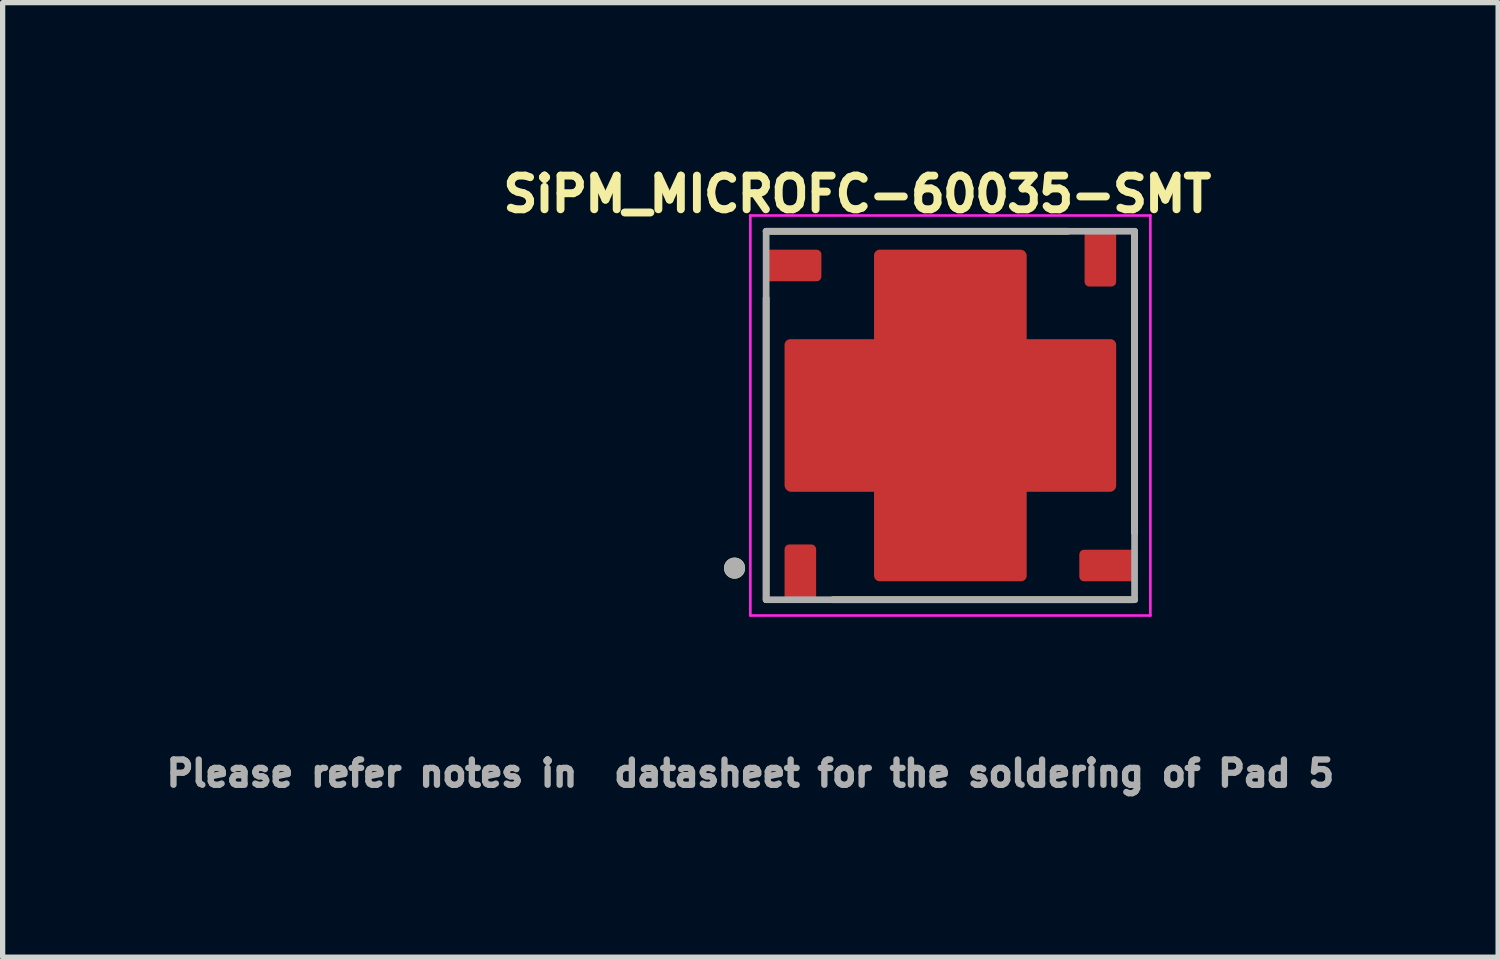
<source format=kicad_pcb>
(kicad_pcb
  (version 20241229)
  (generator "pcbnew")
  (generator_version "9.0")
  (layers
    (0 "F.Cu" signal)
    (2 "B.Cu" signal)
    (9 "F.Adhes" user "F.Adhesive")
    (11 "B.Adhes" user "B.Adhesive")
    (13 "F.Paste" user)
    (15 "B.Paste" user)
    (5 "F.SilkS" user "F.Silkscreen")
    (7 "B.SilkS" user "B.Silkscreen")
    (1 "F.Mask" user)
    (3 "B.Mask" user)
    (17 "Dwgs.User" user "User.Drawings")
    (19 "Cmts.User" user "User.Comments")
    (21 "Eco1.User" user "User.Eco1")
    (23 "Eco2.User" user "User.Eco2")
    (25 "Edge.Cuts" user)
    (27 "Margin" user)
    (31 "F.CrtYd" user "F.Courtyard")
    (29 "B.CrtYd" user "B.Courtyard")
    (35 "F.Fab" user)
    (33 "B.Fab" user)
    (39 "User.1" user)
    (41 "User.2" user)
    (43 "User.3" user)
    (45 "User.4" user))
  (footprint "SiPM_MICROFC-60035-SMT"
    (layer "F.Cu")
    (at 15.006 4.844)
    (property "Reference" "SiPM_MICROFC-60035-SMT" (at -1.768 -4.206 0) (layer "F.SilkS") (effects (font (size 0.64 0.64) (thickness 0.15))))
    (attr through_hole)
    (fp_poly (pts (xy -1.55 -1.55) (xy -1.55 -3.04) (xy -1.55 -3.051) (xy -1.549 -3.062) (xy -1.547 -3.073) (xy -1.545 -3.084) (xy -1.543 -3.094) (xy -1.54 -3.105) (xy -1.536 -3.115) (xy -1.532 -3.125) (xy -1.527 -3.135) (xy -1.522 -3.145) (xy -1.516 -3.154) (xy -1.51 -3.163) (xy -1.503 -3.172) (xy -1.496 -3.181) (xy -1.488 -3.188) (xy -1.481 -3.196) (xy -1.472 -3.203) (xy -1.463 -3.21) (xy -1.454 -3.216) (xy -1.445 -3.222) (xy -1.435 -3.227) (xy -1.425 -3.232) (xy -1.415 -3.236) (xy -1.405 -3.24) (xy -1.394 -3.243) (xy -1.384 -3.245) (xy -1.373 -3.247) (xy -1.362 -3.249) (xy -1.351 -3.25) (xy -1.34 -3.25) (xy -1.32 -3.25) (xy 1.33 -3.25) (xy 1.342 -3.25) (xy 1.353 -3.249) (xy 1.364 -3.247) (xy 1.376 -3.245) (xy 1.387 -3.243) (xy 1.398 -3.239) (xy 1.409 -3.235) (xy 1.419 -3.231) (xy 1.43 -3.226) (xy 1.44 -3.221) (xy 1.45 -3.215) (xy 1.459 -3.208) (xy 1.468 -3.201) (xy 1.477 -3.193) (xy 1.486 -3.186) (xy 1.493 -3.177) (xy 1.501 -3.168) (xy 1.508 -3.159) (xy 1.515 -3.15) (xy 1.521 -3.14) (xy 1.526 -3.13) (xy 1.531 -3.119) (xy 1.535 -3.109) (xy 1.539 -3.098) (xy 1.543 -3.087) (xy 1.545 -3.076) (xy 1.547 -3.064) (xy 1.549 -3.053) (xy 1.55 -3.042) (xy 1.55 -3.03) (xy 1.55 -1.55) (xy 3.04 -1.55) (xy 3.051 -1.55) (xy 3.062 -1.549) (xy 3.073 -1.547) (xy 3.084 -1.545) (xy 3.094 -1.543) (xy 3.105 -1.54) (xy 3.115 -1.536) (xy 3.125 -1.532) (xy 3.135 -1.527) (xy 3.145 -1.522) (xy 3.154 -1.516) (xy 3.163 -1.51) (xy 3.172 -1.503) (xy 3.181 -1.496) (xy 3.188 -1.488) (xy 3.196 -1.481) (xy 3.203 -1.472) (xy 3.21 -1.463) (xy 3.216 -1.454) (xy 3.222 -1.445) (xy 3.227 -1.435) (xy 3.232 -1.425) (xy 3.236 -1.415) (xy 3.24 -1.405) (xy 3.243 -1.394) (xy 3.245 -1.384) (xy 3.247 -1.373) (xy 3.249 -1.362) (xy 3.25 -1.351) (xy 3.25 -1.34) (xy 3.25 -1.31) (xy 3.25 1.3) (xy 3.25 1.33) (xy 3.25 1.342) (xy 3.249 1.353) (xy 3.247 1.364) (xy 3.245 1.376) (xy 3.243 1.387) (xy 3.239 1.398) (xy 3.235 1.409) (xy 3.231 1.419) (xy 3.226 1.43) (xy 3.221 1.44) (xy 3.215 1.45) (xy 3.208 1.459) (xy 3.201 1.468) (xy 3.193 1.477) (xy 3.186 1.486) (xy 3.177 1.493) (xy 3.168 1.501) (xy 3.159 1.508) (xy 3.15 1.515) (xy 3.14 1.521) (xy 3.13 1.526) (xy 3.119 1.531) (xy 3.109 1.535) (xy 3.098 1.539) (xy 3.087 1.543) (xy 3.076 1.545) (xy 3.064 1.547) (xy 3.053 1.549) (xy 3.042 1.55) (xy 3.03 1.55) (xy 1.55 1.55) (xy 1.55 3.04) (xy 1.55 3.051) (xy 1.549 3.062) (xy 1.547 3.073) (xy 1.545 3.084) (xy 1.543 3.094) (xy 1.54 3.105) (xy 1.536 3.115) (xy 1.532 3.125) (xy 1.527 3.135) (xy 1.522 3.145) (xy 1.516 3.154) (xy 1.51 3.163) (xy 1.503 3.172) (xy 1.496 3.181) (xy 1.488 3.188) (xy 1.481 3.196) (xy 1.472 3.203) (xy 1.463 3.21) (xy 1.454 3.216) (xy 1.445 3.222) (xy 1.435 3.227) (xy 1.425 3.232) (xy 1.415 3.236) (xy 1.405 3.24) (xy 1.394 3.243) (xy 1.384 3.245) (xy 1.373 3.247) (xy 1.362 3.249) (xy 1.351 3.25) (xy 1.34 3.25) (xy 1.31 3.25) (xy -1.32 3.25) (xy -1.34 3.25) (xy -1.351 3.25) (xy -1.362 3.249) (xy -1.373 3.247) (xy -1.384 3.245) (xy -1.394 3.243) (xy -1.405 3.24) (xy -1.415 3.236) (xy -1.425 3.232) (xy -1.435 3.227) (xy -1.445 3.222) (xy -1.454 3.216) (xy -1.463 3.21) (xy -1.472 3.203) (xy -1.481 3.196) (xy -1.488 3.188) (xy -1.496 3.181) (xy -1.503 3.172) (xy -1.51 3.163) (xy -1.516 3.154) (xy -1.522 3.145) (xy -1.527 3.135) (xy -1.532 3.125) (xy -1.536 3.115) (xy -1.54 3.105) (xy -1.543 3.094) (xy -1.545 3.084) (xy -1.547 3.073) (xy -1.549 3.062) (xy -1.55 3.051) (xy -1.55 3.04) (xy -1.55 1.55) (xy -3.02 1.55) (xy -3.032 1.55) (xy -3.044 1.549) (xy -3.056 1.547) (xy -3.068 1.545) (xy -3.08 1.542) (xy -3.091 1.539) (xy -3.102 1.535) (xy -3.114 1.53) (xy -3.124 1.525) (xy -3.135 1.519) (xy -3.145 1.513) (xy -3.155 1.506) (xy -3.165 1.499) (xy -3.174 1.491) (xy -3.183 1.483) (xy -3.191 1.474) (xy -3.199 1.465) (xy -3.206 1.455) (xy -3.213 1.445) (xy -3.219 1.435) (xy -3.225 1.424) (xy -3.23 1.414) (xy -3.235 1.402) (xy -3.239 1.391) (xy -3.242 1.38) (xy -3.245 1.368) (xy -3.247 1.356) (xy -3.249 1.344) (xy -3.25 1.332) (xy -3.25 1.32) (xy -3.25 -1.32) (xy -3.25 -1.34) (xy -3.25 -1.351) (xy -3.249 -1.362) (xy -3.247 -1.373) (xy -3.245 -1.384) (xy -3.243 -1.394) (xy -3.24 -1.405) (xy -3.236 -1.415) (xy -3.232 -1.425) (xy -3.227 -1.435) (xy -3.222 -1.445) (xy -3.216 -1.454) (xy -3.21 -1.463) (xy -3.203 -1.472) (xy -3.196 -1.481) (xy -3.188 -1.488) (xy -3.181 -1.496) (xy -3.172 -1.503) (xy -3.163 -1.51) (xy -3.154 -1.516) (xy -3.145 -1.522) (xy -3.135 -1.527) (xy -3.125 -1.532) (xy -3.115 -1.536) (xy -3.105 -1.54) (xy -3.094 -1.543) (xy -3.084 -1.545) (xy -3.073 -1.547) (xy -3.062 -1.549) (xy -3.051 -1.55) (xy -3.04 -1.55) (xy -1.55 -1.55)) (stroke (width 0.0001) (type solid)) (fill yes) (layer "F.Mask"))
    (fp_line (start -3.5 -3.5) (end 2.23 -3.5) (stroke (width 0.127) (type solid)) (layer "F.SilkS"))
    (fp_line (start -3.5 -2.23) (end -3.5 3.5) (stroke (width 0.127) (type solid)) (layer "F.SilkS"))
    (fp_line (start -2.23 3.5) (end 3.5 3.5) (stroke (width 0.127) (type solid)) (layer "F.SilkS"))
    (fp_line (start 3.5 -3.5) (end 3.5 2.23) (stroke (width 0.127) (type solid)) (layer "F.SilkS"))
    (fp_circle (center -4.1 2.9) (end -4 2.9) (stroke (width 0.2) (type solid)) (fill no) (layer "F.SilkS"))
    (fp_poly (pts (xy -3.325 -0.6) (xy -1.275 -0.6) (xy -1.275 0.6) (xy -3.325 0.6)) (stroke (width 0.01) (type solid)) (fill yes) (layer "F.Paste"))
    (fp_poly (pts (xy -1.025 -2.9) (xy 1.025 -2.9) (xy 1.025 -1.7) (xy -1.025 -1.7)) (stroke (width 0.01) (type solid)) (fill yes) (layer "F.Paste"))
    (fp_poly (pts (xy -1.025 -1.025) (xy 1.025 -1.025) (xy 1.025 1.025) (xy -1.025 1.025)) (stroke (width 0.01) (type solid)) (fill yes) (layer "F.Paste"))
    (fp_poly (pts (xy -1.025 1.7) (xy 1.025 1.7) (xy 1.025 2.9) (xy -1.025 2.9)) (stroke (width 0.01) (type solid)) (fill yes) (layer "F.Paste"))
    (fp_poly (pts (xy 1.275 -0.6) (xy 3.325 -0.6) (xy 3.325 0.6) (xy 1.275 0.6)) (stroke (width 0.01) (type solid)) (fill yes) (layer "F.Paste"))
    (fp_line (start -3.8 -3.8) (end 3.8 -3.8) (stroke (width 0.05) (type solid)) (layer "F.CrtYd"))
    (fp_line (start -3.8 3.8) (end -3.8 -3.8) (stroke (width 0.05) (type solid)) (layer "F.CrtYd"))
    (fp_line (start 3.8 -3.8) (end 3.8 3.8) (stroke (width 0.05) (type solid)) (layer "F.CrtYd"))
    (fp_line (start 3.8 3.8) (end -3.8 3.8) (stroke (width 0.05) (type solid)) (layer "F.CrtYd"))
    (fp_line (start -3.5 -3.5) (end 3.5 -3.5) (stroke (width 0.127) (type solid)) (layer "F.Fab"))
    (fp_line (start -3.5 3.5) (end -3.5 -3.5) (stroke (width 0.127) (type solid)) (layer "F.Fab"))
    (fp_line (start 3.5 -3.5) (end 3.5 3.5) (stroke (width 0.127) (type solid)) (layer "F.Fab"))
    (fp_line (start 3.5 3.5) (end -3.5 3.5) (stroke (width 0.127) (type solid)) (layer "F.Fab"))
    (fp_circle (center -4.1 2.9) (end -4 2.9) (stroke (width 0.2) (type solid)) (fill no) (layer "F.Fab"))
    (fp_text user "Please refer notes in  datasheet for the soldering of Pad 5" (at -3.8 6.8 0) (layer "F.Fab") (effects (font (size 0.48 0.48) (thickness 0.15))))
    (pad "1" smd roundrect (at -2.85 3 90) (size 1.1 0.6) (layers "F.Cu" "F.Mask" "F.Paste") (roundrect_rratio 0.15))
    (pad "2" smd roundrect (at 3 2.85 180) (size 1.1 0.6) (layers "F.Cu" "F.Mask" "F.Paste") (roundrect_rratio 0.15))
    (pad "3" smd roundrect (at 2.85 -3 270) (size 1.1 0.6) (layers "F.Cu" "F.Mask" "F.Paste") (roundrect_rratio 0.15))
    (pad "4" smd roundrect (at -3 -2.85) (size 1.1 0.6) (layers "F.Cu" "F.Mask" "F.Paste") (roundrect_rratio 0.15))
    (pad "5" smd custom (at 0 0) (size 2.9 2.9) (layers "F.Cu") (options (anchor rect)) (primitives (gr_poly (pts (xy -1.45 -1.45) (xy -1.45 -3.04) (xy -1.45 -3.046) (xy -1.449 -3.051) (xy -1.449 -3.057) (xy -1.448 -3.063) (xy -1.446 -3.068) (xy -1.445 -3.074) (xy -1.443 -3.079) (xy -1.44 -3.085) (xy -1.438 -3.09) (xy -1.435 -3.095) (xy -1.432 -3.1) (xy -1.429 -3.105) (xy -1.425 -3.109) (xy -1.422 -3.114) (xy -1.418 -3.118) (xy -1.414 -3.122) (xy -1.409 -3.125) (xy -1.405 -3.129) (xy -1.4 -3.132) (xy -1.395 -3.135) (xy -1.39 -3.138) (xy -1.385 -3.14) (xy -1.379 -3.143) (xy -1.374 -3.145) (xy -1.368 -3.146) (xy -1.363 -3.148) (xy -1.357 -3.149) (xy -1.351 -3.149) (xy -1.346 -3.15) (xy -1.34 -3.15) (xy -1.32 -3.15) (xy 1.33 -3.15) (xy 1.336 -3.15) (xy 1.343 -3.149) (xy 1.349 -3.149) (xy 1.355 -3.147) (xy 1.361 -3.146) (xy 1.367 -3.144) (xy 1.373 -3.142) (xy 1.379 -3.14) (xy 1.384 -3.137) (xy 1.39 -3.134) (xy 1.395 -3.131) (xy 1.401 -3.127) (xy 1.406 -3.123) (xy 1.41 -3.119) (xy 1.415 -3.115) (xy 1.419 -3.11) (xy 1.423 -3.106) (xy 1.427 -3.101) (xy 1.431 -3.095) (xy 1.434 -3.09) (xy 1.437 -3.084) (xy 1.44 -3.079) (xy 1.442 -3.073) (xy 1.444 -3.067) (xy 1.446 -3.061) (xy 1.447 -3.055) (xy 1.449 -3.049) (xy 1.449 -3.043) (xy 1.45 -3.036) (xy 1.45 -3.03) (xy 1.45 -1.45) (xy 3.04 -1.45) (xy 3.046 -1.45) (xy 3.051 -1.449) (xy 3.057 -1.449) (xy 3.063 -1.448) (xy 3.068 -1.446) (xy 3.074 -1.445) (xy 3.079 -1.443) (xy 3.085 -1.44) (xy 3.09 -1.438) (xy 3.095 -1.435) (xy 3.1 -1.432) (xy 3.105 -1.429) (xy 3.109 -1.425) (xy 3.114 -1.422) (xy 3.118 -1.418) (xy 3.122 -1.414) (xy 3.125 -1.409) (xy 3.129 -1.405) (xy 3.132 -1.4) (xy 3.135 -1.395) (xy 3.138 -1.39) (xy 3.14 -1.385) (xy 3.143 -1.379) (xy 3.145 -1.374) (xy 3.146 -1.368) (xy 3.148 -1.363) (xy 3.149 -1.357) (xy 3.149 -1.351) (xy 3.15 -1.346) (xy 3.15 -1.34) (xy 3.15 -1.31) (xy 3.15 1.3) (xy 3.15 1.33) (xy 3.15 1.336) (xy 3.149 1.343) (xy 3.149 1.349) (xy 3.147 1.355) (xy 3.146 1.361) (xy 3.144 1.367) (xy 3.142 1.373) (xy 3.14 1.379) (xy 3.137 1.384) (xy 3.134 1.39) (xy 3.131 1.395) (xy 3.127 1.401) (xy 3.123 1.406) (xy 3.119 1.41) (xy 3.115 1.415) (xy 3.11 1.419) (xy 3.106 1.423) (xy 3.101 1.427) (xy 3.095 1.431) (xy 3.09 1.434) (xy 3.084 1.437) (xy 3.079 1.44) (xy 3.073 1.442) (xy 3.067 1.444) (xy 3.061 1.446) (xy 3.055 1.447) (xy 3.049 1.449) (xy 3.043 1.449) (xy 3.036 1.45) (xy 3.03 1.45) (xy 1.45 1.45) (xy 1.45 3.04) (xy 1.45 3.046) (xy 1.449 3.051) (xy 1.449 3.057) (xy 1.448 3.063) (xy 1.446 3.068) (xy 1.445 3.074) (xy 1.443 3.079) (xy 1.44 3.085) (xy 1.438 3.09) (xy 1.435 3.095) (xy 1.432 3.1) (xy 1.429 3.105) (xy 1.425 3.109) (xy 1.422 3.114) (xy 1.418 3.118) (xy 1.414 3.122) (xy 1.409 3.125) (xy 1.405 3.129) (xy 1.4 3.132) (xy 1.395 3.135) (xy 1.39 3.138) (xy 1.385 3.14) (xy 1.379 3.143) (xy 1.374 3.145) (xy 1.368 3.146) (xy 1.363 3.148) (xy 1.357 3.149) (xy 1.351 3.149) (xy 1.346 3.15) (xy 1.34 3.15) (xy 1.31 3.15) (xy -1.32 3.15) (xy -1.34 3.15) (xy -1.346 3.15) (xy -1.351 3.149) (xy -1.357 3.149) (xy -1.363 3.148) (xy -1.368 3.146) (xy -1.374 3.145) (xy -1.379 3.143) (xy -1.385 3.14) (xy -1.39 3.138) (xy -1.395 3.135) (xy -1.4 3.132) (xy -1.405 3.129) (xy -1.409 3.125) (xy -1.414 3.122) (xy -1.418 3.118) (xy -1.422 3.114) (xy -1.425 3.109) (xy -1.429 3.105) (xy -1.432 3.1) (xy -1.435 3.095) (xy -1.438 3.09) (xy -1.44 3.085) (xy -1.443 3.079) (xy -1.445 3.074) (xy -1.446 3.068) (xy -1.448 3.063) (xy -1.449 3.057) (xy -1.449 3.051) (xy -1.45 3.046) (xy -1.45 3.04) (xy -1.45 1.45) (xy -3.02 1.45) (xy -3.027 1.45) (xy -3.034 1.449) (xy -3.04 1.448) (xy -3.047 1.447) (xy -3.054 1.446) (xy -3.06 1.444) (xy -3.067 1.441) (xy -3.073 1.439) (xy -3.079 1.436) (xy -3.085 1.433) (xy -3.091 1.429) (xy -3.096 1.425) (xy -3.102 1.421) (xy -3.107 1.417) (xy -3.112 1.412) (xy -3.117 1.407) (xy -3.121 1.402) (xy -3.125 1.396) (xy -3.129 1.391) (xy -3.133 1.385) (xy -3.136 1.379) (xy -3.139 1.373) (xy -3.141 1.367) (xy -3.144 1.36) (xy -3.146 1.354) (xy -3.147 1.347) (xy -3.148 1.34) (xy -3.149 1.334) (xy -3.15 1.327) (xy -3.15 1.32) (xy -3.15 -1.32) (xy -3.15 -1.34) (xy -3.15 -1.346) (xy -3.149 -1.351) (xy -3.149 -1.357) (xy -3.148 -1.363) (xy -3.146 -1.368) (xy -3.145 -1.374) (xy -3.143 -1.379) (xy -3.14 -1.385) (xy -3.138 -1.39) (xy -3.135 -1.395) (xy -3.132 -1.4) (xy -3.129 -1.405) (xy -3.125 -1.409) (xy -3.122 -1.414) (xy -3.118 -1.418) (xy -3.114 -1.422) (xy -3.109 -1.425) (xy -3.105 -1.429) (xy -3.1 -1.432) (xy -3.095 -1.435) (xy -3.09 -1.438) (xy -3.085 -1.44) (xy -3.079 -1.443) (xy -3.074 -1.445) (xy -3.068 -1.446) (xy -3.063 -1.448) (xy -3.057 -1.449) (xy -3.051 -1.449) (xy -3.046 -1.45) (xy -3.04 -1.45) (xy -1.45 -1.45)) (width 0.0001) (fill yes)))))
  (gr_rect
    (start -3 -3)
    (end 25.413 15.135)
    (stroke (width 0.1) (type default))
    (fill no)
    (layer "Edge.Cuts")))
</source>
